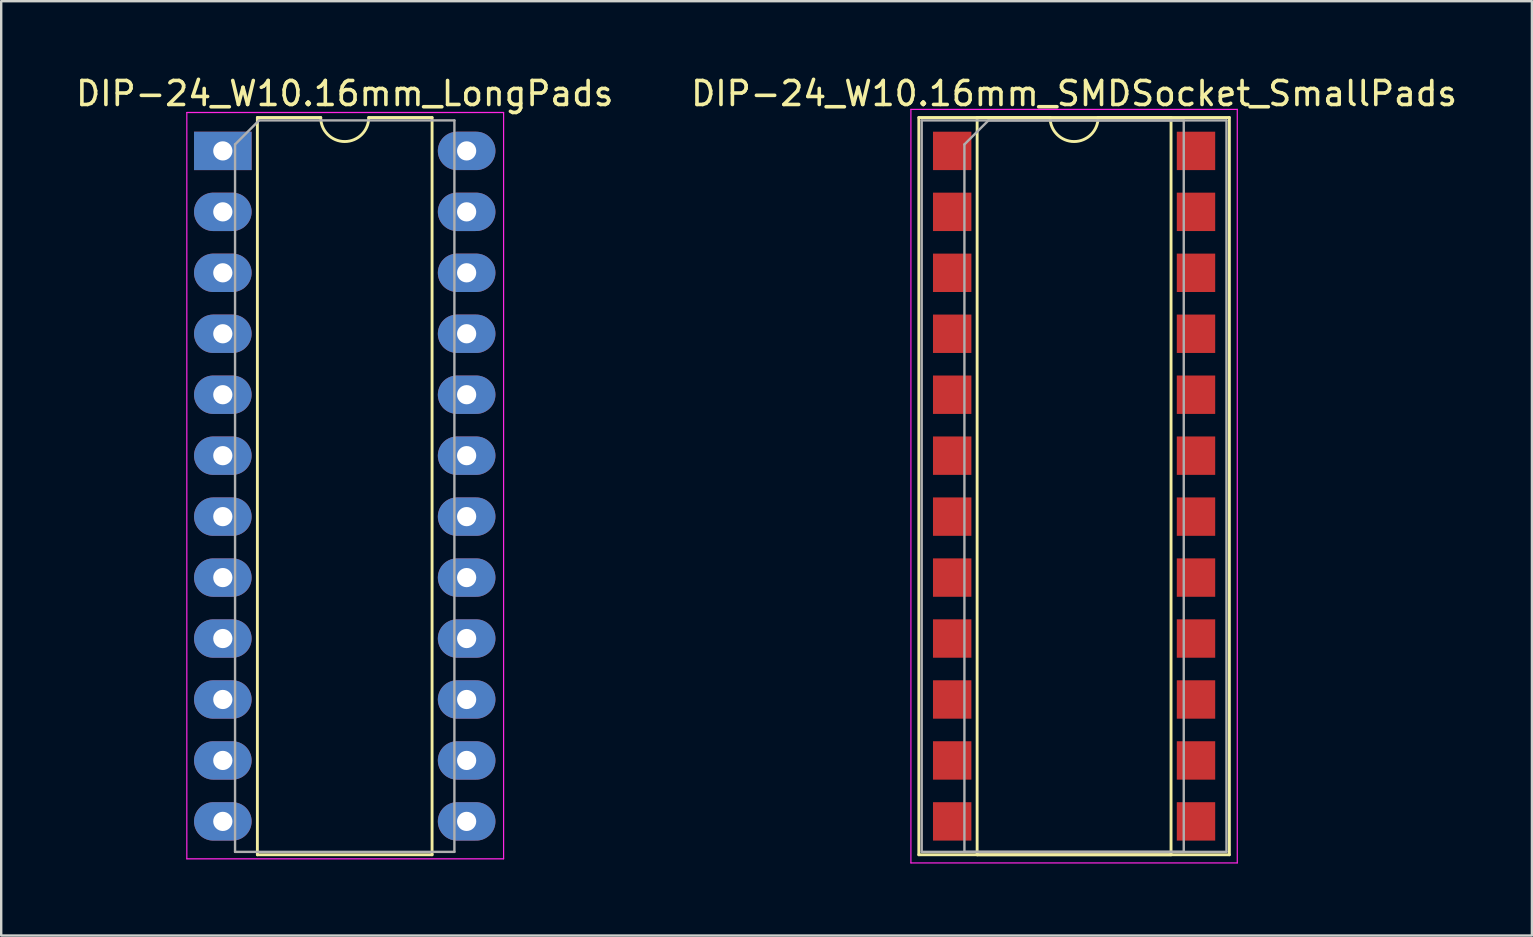
<source format=kicad_pcb>
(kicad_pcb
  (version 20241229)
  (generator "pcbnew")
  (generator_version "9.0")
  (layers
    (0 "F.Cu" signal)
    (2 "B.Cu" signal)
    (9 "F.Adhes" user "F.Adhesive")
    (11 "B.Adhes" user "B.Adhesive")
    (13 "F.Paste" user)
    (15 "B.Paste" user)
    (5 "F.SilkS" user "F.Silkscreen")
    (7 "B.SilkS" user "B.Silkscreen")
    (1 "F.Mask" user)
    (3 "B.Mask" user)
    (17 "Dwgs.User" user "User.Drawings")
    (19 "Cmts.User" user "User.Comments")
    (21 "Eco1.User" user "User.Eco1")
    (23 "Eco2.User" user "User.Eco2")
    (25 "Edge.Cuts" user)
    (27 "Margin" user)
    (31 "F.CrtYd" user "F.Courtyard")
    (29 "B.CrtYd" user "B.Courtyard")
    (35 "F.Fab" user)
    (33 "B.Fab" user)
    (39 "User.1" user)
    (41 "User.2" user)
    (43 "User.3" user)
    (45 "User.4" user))
  (footprint "DIP-24_W10.16mm_LongPads"
    (layer "F.Cu")
    (at 6.235 3.238)
    (property "Reference" "DIP-24_W10.16mm_LongPads" (at 5.08 -2.39 0) (layer "F.SilkS") (effects (font (size 1 1) (thickness 0.15))))
    (attr through_hole)
    (fp_line (start 1.44 -1.39) (end 1.44 29.33) (stroke (width 0.12) (type solid)) (layer "F.SilkS"))
    (fp_line (start 1.44 29.33) (end 8.72 29.33) (stroke (width 0.12) (type solid)) (layer "F.SilkS"))
    (fp_line (start 4.08 -1.39) (end 1.44 -1.39) (stroke (width 0.12) (type solid)) (layer "F.SilkS"))
    (fp_line (start 8.72 -1.39) (end 6.08 -1.39) (stroke (width 0.12) (type solid)) (layer "F.SilkS"))
    (fp_line (start 8.72 29.33) (end 8.72 -1.39) (stroke (width 0.12) (type solid)) (layer "F.SilkS"))
    (fp_arc (start 6.08 -1.39) (mid 5.08 -0.39) (end 4.08 -1.39) (stroke (width 0.12) (type solid)) (layer "F.SilkS"))
    (fp_line (start -1.5 -1.6) (end -1.5 29.5) (stroke (width 0.05) (type solid)) (layer "F.CrtYd"))
    (fp_line (start -1.5 29.5) (end 11.7 29.5) (stroke (width 0.05) (type solid)) (layer "F.CrtYd"))
    (fp_line (start 11.7 -1.6) (end -1.5 -1.6) (stroke (width 0.05) (type solid)) (layer "F.CrtYd"))
    (fp_line (start 11.7 29.5) (end 11.7 -1.6) (stroke (width 0.05) (type solid)) (layer "F.CrtYd"))
    (fp_line (start 0.51 -0.27) (end 1.51 -1.27) (stroke (width 0.1) (type solid)) (layer "F.Fab"))
    (fp_line (start 0.51 29.21) (end 0.51 -0.27) (stroke (width 0.1) (type solid)) (layer "F.Fab"))
    (fp_line (start 1.51 -1.27) (end 9.65 -1.27) (stroke (width 0.1) (type solid)) (layer "F.Fab"))
    (fp_line (start 9.65 -1.27) (end 9.65 29.21) (stroke (width 0.1) (type solid)) (layer "F.Fab"))
    (fp_line (start 9.65 29.21) (end 0.51 29.21) (stroke (width 0.1) (type solid)) (layer "F.Fab"))
    (pad "1" thru_hole rect (at 0 0) (size 2.4 1.6) (drill 0.8) (layers "*.Cu" "*.Mask"))
    (pad "2" thru_hole oval (at 0 2.54) (size 2.4 1.6) (drill 0.8) (layers "*.Cu" "*.Mask"))
    (pad "3" thru_hole oval (at 0 5.08) (size 2.4 1.6) (drill 0.8) (layers "*.Cu" "*.Mask"))
    (pad "4" thru_hole oval (at 0 7.62) (size 2.4 1.6) (drill 0.8) (layers "*.Cu" "*.Mask"))
    (pad "5" thru_hole oval (at 0 10.16) (size 2.4 1.6) (drill 0.8) (layers "*.Cu" "*.Mask"))
    (pad "6" thru_hole oval (at 0 12.7) (size 2.4 1.6) (drill 0.8) (layers "*.Cu" "*.Mask"))
    (pad "7" thru_hole oval (at 0 15.24) (size 2.4 1.6) (drill 0.8) (layers "*.Cu" "*.Mask"))
    (pad "8" thru_hole oval (at 0 17.78) (size 2.4 1.6) (drill 0.8) (layers "*.Cu" "*.Mask"))
    (pad "9" thru_hole oval (at 0 20.32) (size 2.4 1.6) (drill 0.8) (layers "*.Cu" "*.Mask"))
    (pad "10" thru_hole oval (at 0 22.86) (size 2.4 1.6) (drill 0.8) (layers "*.Cu" "*.Mask"))
    (pad "11" thru_hole oval (at 0 25.4) (size 2.4 1.6) (drill 0.8) (layers "*.Cu" "*.Mask"))
    (pad "12" thru_hole oval (at 0 27.94) (size 2.4 1.6) (drill 0.8) (layers "*.Cu" "*.Mask"))
    (pad "13" thru_hole oval (at 10.16 27.94) (size 2.4 1.6) (drill 0.8) (layers "*.Cu" "*.Mask"))
    (pad "14" thru_hole oval (at 10.16 25.4) (size 2.4 1.6) (drill 0.8) (layers "*.Cu" "*.Mask"))
    (pad "15" thru_hole oval (at 10.16 22.86) (size 2.4 1.6) (drill 0.8) (layers "*.Cu" "*.Mask"))
    (pad "16" thru_hole oval (at 10.16 20.32) (size 2.4 1.6) (drill 0.8) (layers "*.Cu" "*.Mask"))
    (pad "17" thru_hole oval (at 10.16 17.78) (size 2.4 1.6) (drill 0.8) (layers "*.Cu" "*.Mask"))
    (pad "18" thru_hole oval (at 10.16 15.24) (size 2.4 1.6) (drill 0.8) (layers "*.Cu" "*.Mask"))
    (pad "19" thru_hole oval (at 10.16 12.7) (size 2.4 1.6) (drill 0.8) (layers "*.Cu" "*.Mask"))
    (pad "20" thru_hole oval (at 10.16 10.16) (size 2.4 1.6) (drill 0.8) (layers "*.Cu" "*.Mask"))
    (pad "21" thru_hole oval (at 10.16 7.62) (size 2.4 1.6) (drill 0.8) (layers "*.Cu" "*.Mask"))
    (pad "22" thru_hole oval (at 10.16 5.08) (size 2.4 1.6) (drill 0.8) (layers "*.Cu" "*.Mask"))
    (pad "23" thru_hole oval (at 10.16 2.54) (size 2.4 1.6) (drill 0.8) (layers "*.Cu" "*.Mask"))
    (pad "24" thru_hole oval (at 10.16 0) (size 2.4 1.6) (drill 0.8) (layers "*.Cu" "*.Mask")))
  (footprint "DIP-24_W10.16mm_SMDSocket_SmallPads"
    (layer "F.Cu")
    (at 41.708 17.208)
    (property "Reference" "DIP-24_W10.16mm_SMDSocket_SmallPads" (at 0 -16.36 0) (layer "F.SilkS") (effects (font (size 1 1) (thickness 0.15))))
    (attr smd)
    (fp_line (start -6.47 -15.36) (end -6.47 15.36) (stroke (width 0.12) (type solid)) (layer "F.SilkS"))
    (fp_line (start -6.47 15.36) (end 6.47 15.36) (stroke (width 0.12) (type solid)) (layer "F.SilkS"))
    (fp_line (start -4.04 -15.36) (end -4.04 15.36) (stroke (width 0.12) (type solid)) (layer "F.SilkS"))
    (fp_line (start -4.04 15.36) (end 4.04 15.36) (stroke (width 0.12) (type solid)) (layer "F.SilkS"))
    (fp_line (start -1 -15.36) (end -4.04 -15.36) (stroke (width 0.12) (type solid)) (layer "F.SilkS"))
    (fp_line (start 4.04 -15.36) (end 1 -15.36) (stroke (width 0.12) (type solid)) (layer "F.SilkS"))
    (fp_line (start 4.04 15.36) (end 4.04 -15.36) (stroke (width 0.12) (type solid)) (layer "F.SilkS"))
    (fp_line (start 6.47 -15.36) (end -6.47 -15.36) (stroke (width 0.12) (type solid)) (layer "F.SilkS"))
    (fp_line (start 6.47 15.36) (end 6.47 -15.36) (stroke (width 0.12) (type solid)) (layer "F.SilkS"))
    (fp_arc (start 1 -15.36) (mid 0 -14.36) (end -1 -15.36) (stroke (width 0.12) (type solid)) (layer "F.SilkS"))
    (fp_line (start -6.8 -15.7) (end -6.8 15.7) (stroke (width 0.05) (type solid)) (layer "F.CrtYd"))
    (fp_line (start -6.8 15.7) (end 6.8 15.7) (stroke (width 0.05) (type solid)) (layer "F.CrtYd"))
    (fp_line (start 6.8 -15.7) (end -6.8 -15.7) (stroke (width 0.05) (type solid)) (layer "F.CrtYd"))
    (fp_line (start 6.8 15.7) (end 6.8 -15.7) (stroke (width 0.05) (type solid)) (layer "F.CrtYd"))
    (fp_line (start -6.35 -15.24) (end -6.35 15.24) (stroke (width 0.1) (type solid)) (layer "F.Fab"))
    (fp_line (start -6.35 15.24) (end 6.35 15.24) (stroke (width 0.1) (type solid)) (layer "F.Fab"))
    (fp_line (start -4.57 -14.24) (end -3.57 -15.24) (stroke (width 0.1) (type solid)) (layer "F.Fab"))
    (fp_line (start -4.57 15.24) (end -4.57 -14.24) (stroke (width 0.1) (type solid)) (layer "F.Fab"))
    (fp_line (start -3.57 -15.24) (end 4.57 -15.24) (stroke (width 0.1) (type solid)) (layer "F.Fab"))
    (fp_line (start 4.57 -15.24) (end 4.57 15.24) (stroke (width 0.1) (type solid)) (layer "F.Fab"))
    (fp_line (start 4.57 15.24) (end -4.57 15.24) (stroke (width 0.1) (type solid)) (layer "F.Fab"))
    (fp_line (start 6.35 -15.24) (end -6.35 -15.24) (stroke (width 0.1) (type solid)) (layer "F.Fab"))
    (fp_line (start 6.35 15.24) (end 6.35 -15.24) (stroke (width 0.1) (type solid)) (layer "F.Fab"))
    (pad "1" smd rect (at -5.08 -13.97) (size 1.6 1.6) (layers "F.Cu" "F.Mask"))
    (pad "2" smd rect (at -5.08 -11.43) (size 1.6 1.6) (layers "F.Cu" "F.Mask"))
    (pad "3" smd rect (at -5.08 -8.89) (size 1.6 1.6) (layers "F.Cu" "F.Mask"))
    (pad "4" smd rect (at -5.08 -6.35) (size 1.6 1.6) (layers "F.Cu" "F.Mask"))
    (pad "5" smd rect (at -5.08 -3.81) (size 1.6 1.6) (layers "F.Cu" "F.Mask"))
    (pad "6" smd rect (at -5.08 -1.27) (size 1.6 1.6) (layers "F.Cu" "F.Mask"))
    (pad "7" smd rect (at -5.08 1.27) (size 1.6 1.6) (layers "F.Cu" "F.Mask"))
    (pad "8" smd rect (at -5.08 3.81) (size 1.6 1.6) (layers "F.Cu" "F.Mask"))
    (pad "9" smd rect (at -5.08 6.35) (size 1.6 1.6) (layers "F.Cu" "F.Mask"))
    (pad "10" smd rect (at -5.08 8.89) (size 1.6 1.6) (layers "F.Cu" "F.Mask"))
    (pad "11" smd rect (at -5.08 11.43) (size 1.6 1.6) (layers "F.Cu" "F.Mask"))
    (pad "12" smd rect (at -5.08 13.97) (size 1.6 1.6) (layers "F.Cu" "F.Mask"))
    (pad "13" smd rect (at 5.08 13.97) (size 1.6 1.6) (layers "F.Cu" "F.Mask"))
    (pad "14" smd rect (at 5.08 11.43) (size 1.6 1.6) (layers "F.Cu" "F.Mask"))
    (pad "15" smd rect (at 5.08 8.89) (size 1.6 1.6) (layers "F.Cu" "F.Mask"))
    (pad "16" smd rect (at 5.08 6.35) (size 1.6 1.6) (layers "F.Cu" "F.Mask"))
    (pad "17" smd rect (at 5.08 3.81) (size 1.6 1.6) (layers "F.Cu" "F.Mask"))
    (pad "18" smd rect (at 5.08 1.27) (size 1.6 1.6) (layers "F.Cu" "F.Mask"))
    (pad "19" smd rect (at 5.08 -1.27) (size 1.6 1.6) (layers "F.Cu" "F.Mask"))
    (pad "20" smd rect (at 5.08 -3.81) (size 1.6 1.6) (layers "F.Cu" "F.Mask"))
    (pad "21" smd rect (at 5.08 -6.35) (size 1.6 1.6) (layers "F.Cu" "F.Mask"))
    (pad "22" smd rect (at 5.08 -8.89) (size 1.6 1.6) (layers "F.Cu" "F.Mask"))
    (pad "23" smd rect (at 5.08 -11.43) (size 1.6 1.6) (layers "F.Cu" "F.Mask"))
    (pad "24" smd rect (at 5.08 -13.97) (size 1.6 1.6) (layers "F.Cu" "F.Mask")))
  (gr_rect
    (start -3 -3)
    (end 60.786 35.933)
    (stroke (width 0.1) (type default))
    (fill no)
    (layer "Edge.Cuts")))
</source>
